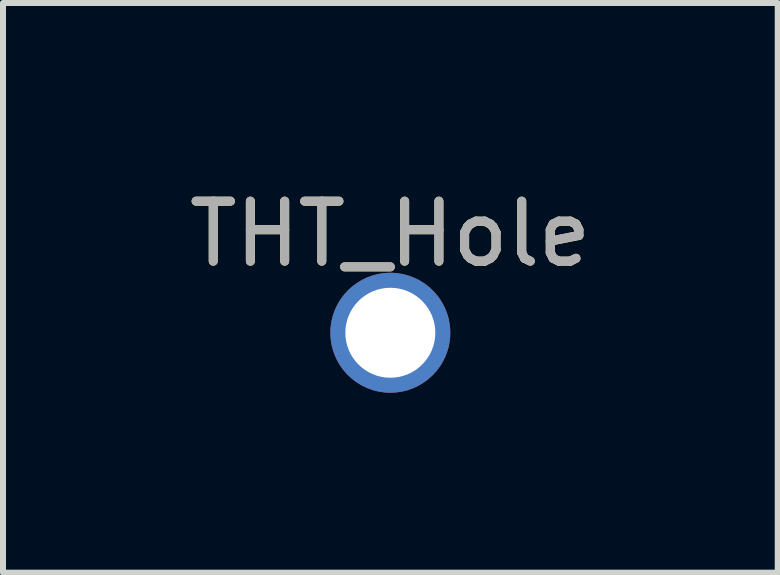
<source format=kicad_pcb>
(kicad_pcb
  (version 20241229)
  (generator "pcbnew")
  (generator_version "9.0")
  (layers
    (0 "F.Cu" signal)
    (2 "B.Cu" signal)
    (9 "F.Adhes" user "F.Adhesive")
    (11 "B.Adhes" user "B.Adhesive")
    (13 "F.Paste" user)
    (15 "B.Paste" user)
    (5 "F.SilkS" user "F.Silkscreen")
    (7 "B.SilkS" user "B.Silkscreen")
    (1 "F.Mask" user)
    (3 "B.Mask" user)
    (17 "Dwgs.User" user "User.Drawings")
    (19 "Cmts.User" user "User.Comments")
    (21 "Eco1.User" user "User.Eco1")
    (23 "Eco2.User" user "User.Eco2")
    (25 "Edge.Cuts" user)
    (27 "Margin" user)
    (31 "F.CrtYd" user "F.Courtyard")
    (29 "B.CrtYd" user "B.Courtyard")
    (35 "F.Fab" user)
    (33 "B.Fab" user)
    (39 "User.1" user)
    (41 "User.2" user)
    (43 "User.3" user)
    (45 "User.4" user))
  (footprint "THT_Hole"
    (layer "F.Cu")
    (at 3.458 2.498)
    (property "Reference" "THT_Hole" (at 0 -1.648 0) (layer "F.SilkS") (effects (font (size 1 1) (thickness 0.15))))
    (attr exclude_from_pos_files exclude_from_bom)
    (fp_text user "${REFERENCE}" (at 0 -1.65 0) (layer "F.Fab") (effects (font (size 1 1) (thickness 0.15))))
    (pad "1" thru_hole circle (at 0 0) (size 2 2) (drill 1.5) (layers "*.Cu" "*.Mask")))
  (gr_rect
    (start -3 -3)
    (end 9.917 6.498)
    (stroke (width 0.1) (type default))
    (fill no)
    (layer "Edge.Cuts")))
</source>
